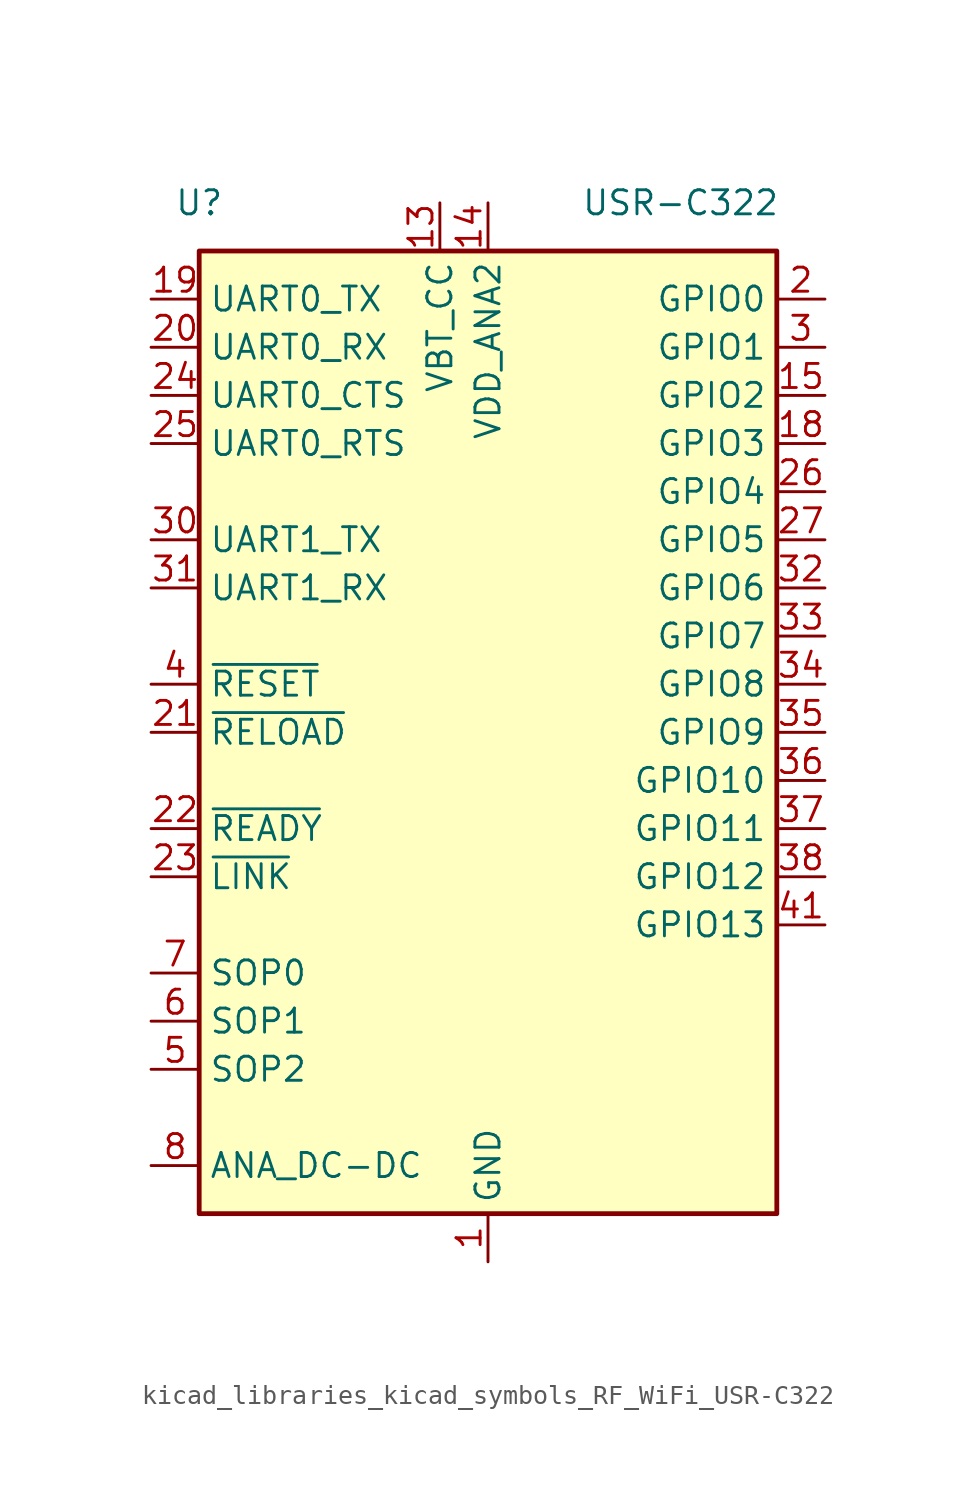
<source format=kicad_sym>
(kicad_symbol_lib
  (version 20220914)
  (generator kicad_symbol_editor)
  (symbol "kicad_libraries_kicad_symbols_RF_WiFi_USR-C322"
    (property "Reference" "U"
      (at -15.24 27.94 0)
      (effects (font (size 1.27 1.27))))
    (property "Value" "USR-C322"
      (at 10.16 27.94 0)
      (effects (font (size 1.27 1.27))))
    (symbol "kicad_libraries_kicad_symbols_RF_WiFi_USR-C322_1_1"
      (rectangle (start -15.24 25.4) (end 15.24 -25.4) (stroke (width 0.254) (type default)) (fill (type background)))
      (pin power_in line (at 0 -27.94 90) (length 2.54) (name "GND" (effects (font (size 1.27 1.27)))) (number "1" (effects (font (size 1.27 1.27)))))
      (pin no_connect line (at 15.24 -15.24 180) (length 2.54) hide (name "NC" (effects (font (size 1.27 1.27)))) (number "10" (effects (font (size 1.27 1.27)))))
      (pin passive line (at 0 -27.94 90) (length 2.54) hide (name "GND" (effects (font (size 1.27 1.27)))) (number "11" (effects (font (size 1.27 1.27)))))
      (pin passive line (at 0 -27.94 90) (length 2.54) hide (name "GND" (effects (font (size 1.27 1.27)))) (number "12" (effects (font (size 1.27 1.27)))))
      (pin power_in line (at -2.54 27.94 270) (length 2.54) (name "VBT_CC" (effects (font (size 1.27 1.27)))) (number "13" (effects (font (size 1.27 1.27)))))
      (pin power_in line (at 0 27.94 270) (length 2.54) (name "VDD_ANA2" (effects (font (size 1.27 1.27)))) (number "14" (effects (font (size 1.27 1.27)))))
      (pin bidirectional line (at 17.78 17.78 180) (length 2.54) (name "GPIO2" (effects (font (size 1.27 1.27)))) (number "15" (effects (font (size 1.27 1.27)))))
      (pin no_connect line (at 15.24 -17.78 180) (length 2.54) hide (name "NC" (effects (font (size 1.27 1.27)))) (number "16" (effects (font (size 1.27 1.27)))))
      (pin passive line (at 0 -27.94 90) (length 2.54) hide (name "GND" (effects (font (size 1.27 1.27)))) (number "17" (effects (font (size 1.27 1.27)))))
      (pin bidirectional line (at 17.78 15.24 180) (length 2.54) (name "GPIO3" (effects (font (size 1.27 1.27)))) (number "18" (effects (font (size 1.27 1.27)))))
      (pin output line (at -17.78 22.86 0) (length 2.54) (name "UART0_TX" (effects (font (size 1.27 1.27)))) (number "19" (effects (font (size 1.27 1.27)))))
      (pin bidirectional line (at 17.78 22.86 180) (length 2.54) (name "GPIO0" (effects (font (size 1.27 1.27)))) (number "2" (effects (font (size 1.27 1.27)))))
      (pin input line (at -17.78 20.32 0) (length 2.54) (name "UART0_RX" (effects (font (size 1.27 1.27)))) (number "20" (effects (font (size 1.27 1.27)))))
      (pin input line (at -17.78 0 0) (length 2.54) (name "~{RELOAD}" (effects (font (size 1.27 1.27)))) (number "21" (effects (font (size 1.27 1.27)))))
      (pin open_collector line (at -17.78 -5.08 0) (length 2.54) (name "~{READY}" (effects (font (size 1.27 1.27)))) (number "22" (effects (font (size 1.27 1.27)))))
      (pin open_collector line (at -17.78 -7.62 0) (length 2.54) (name "~{LINK}" (effects (font (size 1.27 1.27)))) (number "23" (effects (font (size 1.27 1.27)))))
      (pin input line (at -17.78 17.78 0) (length 2.54) (name "UART0_CTS" (effects (font (size 1.27 1.27)))) (number "24" (effects (font (size 1.27 1.27)))))
      (pin output line (at -17.78 15.24 0) (length 2.54) (name "UART0_RTS" (effects (font (size 1.27 1.27)))) (number "25" (effects (font (size 1.27 1.27)))))
      (pin bidirectional line (at 17.78 12.7 180) (length 2.54) (name "GPIO4" (effects (font (size 1.27 1.27)))) (number "26" (effects (font (size 1.27 1.27)))))
      (pin bidirectional line (at 17.78 10.16 180) (length 2.54) (name "GPIO5" (effects (font (size 1.27 1.27)))) (number "27" (effects (font (size 1.27 1.27)))))
      (pin passive line (at 0 -27.94 90) (length 2.54) hide (name "GND" (effects (font (size 1.27 1.27)))) (number "28" (effects (font (size 1.27 1.27)))))
      (pin passive line (at 0 -27.94 90) (length 2.54) hide (name "GND" (effects (font (size 1.27 1.27)))) (number "29" (effects (font (size 1.27 1.27)))))
      (pin bidirectional line (at 17.78 20.32 180) (length 2.54) (name "GPIO1" (effects (font (size 1.27 1.27)))) (number "3" (effects (font (size 1.27 1.27)))))
      (pin output line (at -17.78 10.16 0) (length 2.54) (name "UART1_TX" (effects (font (size 1.27 1.27)))) (number "30" (effects (font (size 1.27 1.27)))))
      (pin input line (at -17.78 7.62 0) (length 2.54) (name "UART1_RX" (effects (font (size 1.27 1.27)))) (number "31" (effects (font (size 1.27 1.27)))))
      (pin bidirectional line (at 17.78 7.62 180) (length 2.54) (name "GPIO6" (effects (font (size 1.27 1.27)))) (number "32" (effects (font (size 1.27 1.27)))))
      (pin bidirectional line (at 17.78 5.08 180) (length 2.54) (name "GPIO7" (effects (font (size 1.27 1.27)))) (number "33" (effects (font (size 1.27 1.27)))))
      (pin bidirectional line (at 17.78 2.54 180) (length 2.54) (name "GPIO8" (effects (font (size 1.27 1.27)))) (number "34" (effects (font (size 1.27 1.27)))))
      (pin bidirectional line (at 17.78 0 180) (length 2.54) (name "GPIO9" (effects (font (size 1.27 1.27)))) (number "35" (effects (font (size 1.27 1.27)))))
      (pin bidirectional line (at 17.78 -2.54 180) (length 2.54) (name "GPIO10" (effects (font (size 1.27 1.27)))) (number "36" (effects (font (size 1.27 1.27)))))
      (pin bidirectional line (at 17.78 -5.08 180) (length 2.54) (name "GPIO11" (effects (font (size 1.27 1.27)))) (number "37" (effects (font (size 1.27 1.27)))))
      (pin bidirectional line (at 17.78 -7.62 180) (length 2.54) (name "GPIO12" (effects (font (size 1.27 1.27)))) (number "38" (effects (font (size 1.27 1.27)))))
      (pin no_connect line (at 15.24 -20.32 180) (length 2.54) hide (name "NC" (effects (font (size 1.27 1.27)))) (number "39" (effects (font (size 1.27 1.27)))))
      (pin input line (at -17.78 2.54 0) (length 2.54) (name "~{RESET}" (effects (font (size 1.27 1.27)))) (number "4" (effects (font (size 1.27 1.27)))))
      (pin no_connect line (at 15.24 -22.86 180) (length 2.54) hide (name "NC" (effects (font (size 1.27 1.27)))) (number "40" (effects (font (size 1.27 1.27)))))
      (pin bidirectional line (at 17.78 -10.16 180) (length 2.54) (name "GPIO13" (effects (font (size 1.27 1.27)))) (number "41" (effects (font (size 1.27 1.27)))))
      (pin no_connect line (at 7.62 -25.4 90) (length 2.54) hide (name "NC" (effects (font (size 1.27 1.27)))) (number "42" (effects (font (size 1.27 1.27)))))
      (pin no_connect line (at 5.08 -25.4 90) (length 2.54) hide (name "NC" (effects (font (size 1.27 1.27)))) (number "43" (effects (font (size 1.27 1.27)))))
      (pin passive line (at 0 -27.94 90) (length 2.54) hide (name "GND" (effects (font (size 1.27 1.27)))) (number "44" (effects (font (size 1.27 1.27)))))
      (pin passive line (at -17.78 -17.78 0) (length 2.54) (name "SOP2" (effects (font (size 1.27 1.27)))) (number "5" (effects (font (size 1.27 1.27)))))
      (pin passive line (at -17.78 -15.24 0) (length 2.54) (name "SOP1" (effects (font (size 1.27 1.27)))) (number "6" (effects (font (size 1.27 1.27)))))
      (pin passive line (at -17.78 -12.7 0) (length 2.54) (name "SOP0" (effects (font (size 1.27 1.27)))) (number "7" (effects (font (size 1.27 1.27)))))
      (pin passive line (at -17.78 -22.86 0) (length 2.54) (name "ANA_DC-DC" (effects (font (size 1.27 1.27)))) (number "8" (effects (font (size 1.27 1.27)))))
      (pin no_connect line (at 15.24 -12.7 180) (length 2.54) hide (name "NC" (effects (font (size 1.27 1.27)))) (number "9" (effects (font (size 1.27 1.27))))))))
</source>
